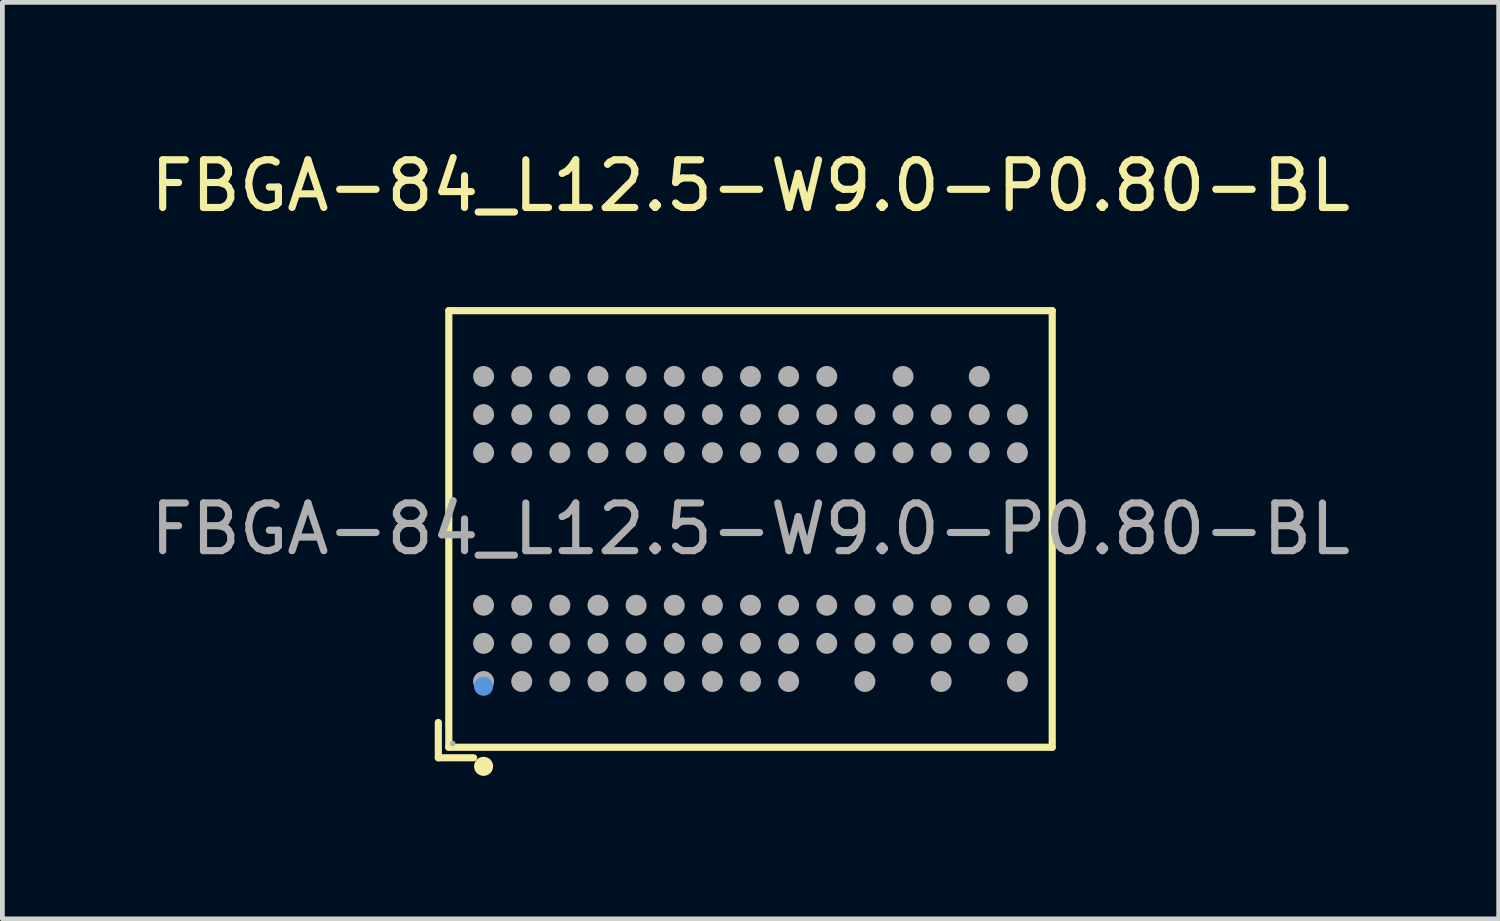
<source format=kicad_pcb>
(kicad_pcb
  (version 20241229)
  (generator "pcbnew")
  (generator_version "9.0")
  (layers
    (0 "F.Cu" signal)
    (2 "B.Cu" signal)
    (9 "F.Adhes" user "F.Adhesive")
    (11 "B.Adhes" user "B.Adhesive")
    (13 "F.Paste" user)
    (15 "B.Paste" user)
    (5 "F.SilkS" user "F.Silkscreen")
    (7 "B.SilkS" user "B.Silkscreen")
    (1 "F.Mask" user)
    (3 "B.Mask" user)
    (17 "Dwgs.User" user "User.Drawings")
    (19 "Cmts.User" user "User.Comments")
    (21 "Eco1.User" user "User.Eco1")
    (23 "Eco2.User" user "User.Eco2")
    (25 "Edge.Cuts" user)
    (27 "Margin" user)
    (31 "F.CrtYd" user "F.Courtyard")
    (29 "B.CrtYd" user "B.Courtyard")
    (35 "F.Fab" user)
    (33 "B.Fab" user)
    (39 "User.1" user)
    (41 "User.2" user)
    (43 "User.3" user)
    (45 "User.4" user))
  (footprint "FBGA-84_L12.5-W9.0-P0.80-BL"
    (layer "F.Cu")
    (at 12.696 8.048)
    (property "Reference" "FBGA-84_L12.5-W9.0-P0.80-BL" (at 0 -7.2 0) (layer "F.SilkS") (effects (font (size 1 1) (thickness 0.15))))
    (attr through_hole)
    (fp_line (start -6.55 4.06) (end -6.55 4.8) (stroke (width 0.15) (type solid)) (layer "F.SilkS"))
    (fp_line (start -6.55 4.8) (end -5.81 4.8) (stroke (width 0.15) (type solid)) (layer "F.SilkS"))
    (fp_line (start -6.33 -4.58) (end 6.33 -4.58) (stroke (width 0.15) (type solid)) (layer "F.SilkS"))
    (fp_line (start -6.33 4.58) (end -6.33 -4.58) (stroke (width 0.15) (type solid)) (layer "F.SilkS"))
    (fp_line (start 6.33 -4.58) (end 6.33 4.58) (stroke (width 0.15) (type solid)) (layer "F.SilkS"))
    (fp_line (start 6.33 4.58) (end -6.33 4.58) (stroke (width 0.15) (type solid)) (layer "F.SilkS"))
    (fp_circle (center -5.6 4.98) (end -5.5 4.98) (stroke (width 0.2) (type solid)) (fill no) (layer "F.SilkS"))
    (fp_circle (center -5.6 3.3) (end -5.5 3.3) (stroke (width 0.2) (type solid)) (fill no) (layer "Cmts.User"))
    (fp_circle (center -6.25 4.5) (end -6.22 4.5) (stroke (width 0.06) (type solid)) (fill no) (layer "F.Fab"))
    (fp_circle (center -5.6 -3.2) (end -5.49 -3.2) (stroke (width 0.22) (type solid)) (fill no) (layer "F.Fab"))
    (fp_circle (center -5.6 -2.4) (end -5.49 -2.4) (stroke (width 0.22) (type solid)) (fill no) (layer "F.Fab"))
    (fp_circle (center -5.6 -1.6) (end -5.49 -1.6) (stroke (width 0.22) (type solid)) (fill no) (layer "F.Fab"))
    (fp_circle (center -5.6 1.6) (end -5.49 1.6) (stroke (width 0.22) (type solid)) (fill no) (layer "F.Fab"))
    (fp_circle (center -5.6 2.4) (end -5.49 2.4) (stroke (width 0.22) (type solid)) (fill no) (layer "F.Fab"))
    (fp_circle (center -5.6 3.2) (end -5.49 3.2) (stroke (width 0.22) (type solid)) (fill no) (layer "F.Fab"))
    (fp_circle (center -4.8 -3.2) (end -4.69 -3.2) (stroke (width 0.22) (type solid)) (fill no) (layer "F.Fab"))
    (fp_circle (center -4.8 -2.4) (end -4.69 -2.4) (stroke (width 0.22) (type solid)) (fill no) (layer "F.Fab"))
    (fp_circle (center -4.8 -1.6) (end -4.69 -1.6) (stroke (width 0.22) (type solid)) (fill no) (layer "F.Fab"))
    (fp_circle (center -4.8 1.6) (end -4.69 1.6) (stroke (width 0.22) (type solid)) (fill no) (layer "F.Fab"))
    (fp_circle (center -4.8 2.4) (end -4.69 2.4) (stroke (width 0.22) (type solid)) (fill no) (layer "F.Fab"))
    (fp_circle (center -4.8 3.2) (end -4.69 3.2) (stroke (width 0.22) (type solid)) (fill no) (layer "F.Fab"))
    (fp_circle (center -4 -3.2) (end -3.89 -3.2) (stroke (width 0.22) (type solid)) (fill no) (layer "F.Fab"))
    (fp_circle (center -4 -2.4) (end -3.89 -2.4) (stroke (width 0.22) (type solid)) (fill no) (layer "F.Fab"))
    (fp_circle (center -4 -1.6) (end -3.89 -1.6) (stroke (width 0.22) (type solid)) (fill no) (layer "F.Fab"))
    (fp_circle (center -4 1.6) (end -3.89 1.6) (stroke (width 0.22) (type solid)) (fill no) (layer "F.Fab"))
    (fp_circle (center -4 2.4) (end -3.89 2.4) (stroke (width 0.22) (type solid)) (fill no) (layer "F.Fab"))
    (fp_circle (center -4 3.2) (end -3.89 3.2) (stroke (width 0.22) (type solid)) (fill no) (layer "F.Fab"))
    (fp_circle (center -3.2 -3.2) (end -3.09 -3.2) (stroke (width 0.22) (type solid)) (fill no) (layer "F.Fab"))
    (fp_circle (center -3.2 -2.4) (end -3.09 -2.4) (stroke (width 0.22) (type solid)) (fill no) (layer "F.Fab"))
    (fp_circle (center -3.2 -1.6) (end -3.09 -1.6) (stroke (width 0.22) (type solid)) (fill no) (layer "F.Fab"))
    (fp_circle (center -3.2 1.6) (end -3.09 1.6) (stroke (width 0.22) (type solid)) (fill no) (layer "F.Fab"))
    (fp_circle (center -3.2 2.4) (end -3.09 2.4) (stroke (width 0.22) (type solid)) (fill no) (layer "F.Fab"))
    (fp_circle (center -3.2 3.2) (end -3.09 3.2) (stroke (width 0.22) (type solid)) (fill no) (layer "F.Fab"))
    (fp_circle (center -2.4 -3.2) (end -2.29 -3.2) (stroke (width 0.22) (type solid)) (fill no) (layer "F.Fab"))
    (fp_circle (center -2.4 -2.4) (end -2.29 -2.4) (stroke (width 0.22) (type solid)) (fill no) (layer "F.Fab"))
    (fp_circle (center -2.4 -1.6) (end -2.29 -1.6) (stroke (width 0.22) (type solid)) (fill no) (layer "F.Fab"))
    (fp_circle (center -2.4 1.6) (end -2.29 1.6) (stroke (width 0.22) (type solid)) (fill no) (layer "F.Fab"))
    (fp_circle (center -2.4 2.4) (end -2.29 2.4) (stroke (width 0.22) (type solid)) (fill no) (layer "F.Fab"))
    (fp_circle (center -2.4 3.2) (end -2.29 3.2) (stroke (width 0.22) (type solid)) (fill no) (layer "F.Fab"))
    (fp_circle (center -1.6 -3.2) (end -1.49 -3.2) (stroke (width 0.22) (type solid)) (fill no) (layer "F.Fab"))
    (fp_circle (center -1.6 -2.4) (end -1.49 -2.4) (stroke (width 0.22) (type solid)) (fill no) (layer "F.Fab"))
    (fp_circle (center -1.6 -1.6) (end -1.49 -1.6) (stroke (width 0.22) (type solid)) (fill no) (layer "F.Fab"))
    (fp_circle (center -1.6 1.6) (end -1.49 1.6) (stroke (width 0.22) (type solid)) (fill no) (layer "F.Fab"))
    (fp_circle (center -1.6 2.4) (end -1.49 2.4) (stroke (width 0.22) (type solid)) (fill no) (layer "F.Fab"))
    (fp_circle (center -1.6 3.2) (end -1.49 3.2) (stroke (width 0.22) (type solid)) (fill no) (layer "F.Fab"))
    (fp_circle (center -0.8 -3.2) (end -0.69 -3.2) (stroke (width 0.22) (type solid)) (fill no) (layer "F.Fab"))
    (fp_circle (center -0.8 -2.4) (end -0.69 -2.4) (stroke (width 0.22) (type solid)) (fill no) (layer "F.Fab"))
    (fp_circle (center -0.8 -1.6) (end -0.69 -1.6) (stroke (width 0.22) (type solid)) (fill no) (layer "F.Fab"))
    (fp_circle (center -0.8 1.6) (end -0.69 1.6) (stroke (width 0.22) (type solid)) (fill no) (layer "F.Fab"))
    (fp_circle (center -0.8 2.4) (end -0.69 2.4) (stroke (width 0.22) (type solid)) (fill no) (layer "F.Fab"))
    (fp_circle (center -0.8 3.2) (end -0.69 3.2) (stroke (width 0.22) (type solid)) (fill no) (layer "F.Fab"))
    (fp_circle (center 0 -3.2) (end 0.11 -3.2) (stroke (width 0.22) (type solid)) (fill no) (layer "F.Fab"))
    (fp_circle (center 0 -2.4) (end 0.11 -2.4) (stroke (width 0.22) (type solid)) (fill no) (layer "F.Fab"))
    (fp_circle (center 0 -1.6) (end 0.11 -1.6) (stroke (width 0.22) (type solid)) (fill no) (layer "F.Fab"))
    (fp_circle (center 0 1.6) (end 0.11 1.6) (stroke (width 0.22) (type solid)) (fill no) (layer "F.Fab"))
    (fp_circle (center 0 2.4) (end 0.11 2.4) (stroke (width 0.22) (type solid)) (fill no) (layer "F.Fab"))
    (fp_circle (center 0 3.2) (end 0.11 3.2) (stroke (width 0.22) (type solid)) (fill no) (layer "F.Fab"))
    (fp_circle (center 0.8 -3.2) (end 0.91 -3.2) (stroke (width 0.22) (type solid)) (fill no) (layer "F.Fab"))
    (fp_circle (center 0.8 -2.4) (end 0.91 -2.4) (stroke (width 0.22) (type solid)) (fill no) (layer "F.Fab"))
    (fp_circle (center 0.8 -1.6) (end 0.91 -1.6) (stroke (width 0.22) (type solid)) (fill no) (layer "F.Fab"))
    (fp_circle (center 0.8 1.6) (end 0.91 1.6) (stroke (width 0.22) (type solid)) (fill no) (layer "F.Fab"))
    (fp_circle (center 0.8 2.4) (end 0.91 2.4) (stroke (width 0.22) (type solid)) (fill no) (layer "F.Fab"))
    (fp_circle (center 0.8 3.2) (end 0.91 3.2) (stroke (width 0.22) (type solid)) (fill no) (layer "F.Fab"))
    (fp_circle (center 1.6 -3.2) (end 1.71 -3.2) (stroke (width 0.22) (type solid)) (fill no) (layer "F.Fab"))
    (fp_circle (center 1.6 -2.4) (end 1.71 -2.4) (stroke (width 0.22) (type solid)) (fill no) (layer "F.Fab"))
    (fp_circle (center 1.6 -1.6) (end 1.71 -1.6) (stroke (width 0.22) (type solid)) (fill no) (layer "F.Fab"))
    (fp_circle (center 1.6 1.6) (end 1.71 1.6) (stroke (width 0.22) (type solid)) (fill no) (layer "F.Fab"))
    (fp_circle (center 1.6 2.4) (end 1.71 2.4) (stroke (width 0.22) (type solid)) (fill no) (layer "F.Fab"))
    (fp_circle (center 2.4 -2.4) (end 2.51 -2.4) (stroke (width 0.22) (type solid)) (fill no) (layer "F.Fab"))
    (fp_circle (center 2.4 -1.6) (end 2.51 -1.6) (stroke (width 0.22) (type solid)) (fill no) (layer "F.Fab"))
    (fp_circle (center 2.4 1.6) (end 2.51 1.6) (stroke (width 0.22) (type solid)) (fill no) (layer "F.Fab"))
    (fp_circle (center 2.4 2.4) (end 2.51 2.4) (stroke (width 0.22) (type solid)) (fill no) (layer "F.Fab"))
    (fp_circle (center 2.4 3.2) (end 2.51 3.2) (stroke (width 0.22) (type solid)) (fill no) (layer "F.Fab"))
    (fp_circle (center 3.2 -3.2) (end 3.31 -3.2) (stroke (width 0.22) (type solid)) (fill no) (layer "F.Fab"))
    (fp_circle (center 3.2 -2.4) (end 3.31 -2.4) (stroke (width 0.22) (type solid)) (fill no) (layer "F.Fab"))
    (fp_circle (center 3.2 -1.6) (end 3.31 -1.6) (stroke (width 0.22) (type solid)) (fill no) (layer "F.Fab"))
    (fp_circle (center 3.2 1.6) (end 3.31 1.6) (stroke (width 0.22) (type solid)) (fill no) (layer "F.Fab"))
    (fp_circle (center 3.2 2.4) (end 3.31 2.4) (stroke (width 0.22) (type solid)) (fill no) (layer "F.Fab"))
    (fp_circle (center 4 -2.4) (end 4.11 -2.4) (stroke (width 0.22) (type solid)) (fill no) (layer "F.Fab"))
    (fp_circle (center 4 -1.6) (end 4.11 -1.6) (stroke (width 0.22) (type solid)) (fill no) (layer "F.Fab"))
    (fp_circle (center 4 1.6) (end 4.11 1.6) (stroke (width 0.22) (type solid)) (fill no) (layer "F.Fab"))
    (fp_circle (center 4 2.4) (end 4.11 2.4) (stroke (width 0.22) (type solid)) (fill no) (layer "F.Fab"))
    (fp_circle (center 4 3.2) (end 4.11 3.2) (stroke (width 0.22) (type solid)) (fill no) (layer "F.Fab"))
    (fp_circle (center 4.8 -3.2) (end 4.91 -3.2) (stroke (width 0.22) (type solid)) (fill no) (layer "F.Fab"))
    (fp_circle (center 4.8 -2.4) (end 4.91 -2.4) (stroke (width 0.22) (type solid)) (fill no) (layer "F.Fab"))
    (fp_circle (center 4.8 -1.6) (end 4.91 -1.6) (stroke (width 0.22) (type solid)) (fill no) (layer "F.Fab"))
    (fp_circle (center 4.8 1.6) (end 4.91 1.6) (stroke (width 0.22) (type solid)) (fill no) (layer "F.Fab"))
    (fp_circle (center 4.8 2.4) (end 4.91 2.4) (stroke (width 0.22) (type solid)) (fill no) (layer "F.Fab"))
    (fp_circle (center 5.6 -2.4) (end 5.71 -2.4) (stroke (width 0.22) (type solid)) (fill no) (layer "F.Fab"))
    (fp_circle (center 5.6 -1.6) (end 5.71 -1.6) (stroke (width 0.22) (type solid)) (fill no) (layer "F.Fab"))
    (fp_circle (center 5.6 1.6) (end 5.71 1.6) (stroke (width 0.22) (type solid)) (fill no) (layer "F.Fab"))
    (fp_circle (center 5.6 2.4) (end 5.71 2.4) (stroke (width 0.22) (type solid)) (fill no) (layer "F.Fab"))
    (fp_circle (center 5.6 3.2) (end 5.71 3.2) (stroke (width 0.22) (type solid)) (fill no) (layer "F.Fab"))
    (fp_text user "${REFERENCE}" (at 0 0 0) (layer "F.Fab") (effects (font (size 1 1) (thickness 0.15))))
    (pad "A1" smd circle (at -5.6 3.2) (size 0.36 0.36) (layers "F.Cu" "F.Mask" "F.Paste"))
    (pad "A2" smd circle (at -5.6 2.4) (size 0.36 0.36) (layers "F.Cu" "F.Mask" "F.Paste"))
    (pad "A3" smd circle (at -5.6 1.6) (size 0.36 0.36) (layers "F.Cu" "F.Mask" "F.Paste"))
    (pad "A7" smd circle (at -5.6 -1.6) (size 0.36 0.36) (layers "F.Cu" "F.Mask" "F.Paste"))
    (pad "A8" smd circle (at -5.6 -2.4) (size 0.36 0.36) (layers "F.Cu" "F.Mask" "F.Paste"))
    (pad "A9" smd circle (at -5.6 -3.2) (size 0.36 0.36) (layers "F.Cu" "F.Mask" "F.Paste"))
    (pad "B1" smd circle (at -4.8 3.2) (size 0.36 0.36) (layers "F.Cu" "F.Mask" "F.Paste"))
    (pad "B2" smd circle (at -4.8 2.4) (size 0.36 0.36) (layers "F.Cu" "F.Mask" "F.Paste"))
    (pad "B3" smd circle (at -4.8 1.6) (size 0.36 0.36) (layers "F.Cu" "F.Mask" "F.Paste"))
    (pad "B7" smd circle (at -4.8 -1.6) (size 0.36 0.36) (layers "F.Cu" "F.Mask" "F.Paste"))
    (pad "B8" smd circle (at -4.8 -2.4) (size 0.36 0.36) (layers "F.Cu" "F.Mask" "F.Paste"))
    (pad "B9" smd circle (at -4.8 -3.2) (size 0.36 0.36) (layers "F.Cu" "F.Mask" "F.Paste"))
    (pad "C1" smd circle (at -4 3.2) (size 0.36 0.36) (layers "F.Cu" "F.Mask" "F.Paste"))
    (pad "C2" smd circle (at -4 2.4) (size 0.36 0.36) (layers "F.Cu" "F.Mask" "F.Paste"))
    (pad "C3" smd circle (at -4 1.6) (size 0.36 0.36) (layers "F.Cu" "F.Mask" "F.Paste"))
    (pad "C7" smd circle (at -4 -1.6) (size 0.36 0.36) (layers "F.Cu" "F.Mask" "F.Paste"))
    (pad "C8" smd circle (at -4 -2.4) (size 0.36 0.36) (layers "F.Cu" "F.Mask" "F.Paste"))
    (pad "C9" smd circle (at -4 -3.2) (size 0.36 0.36) (layers "F.Cu" "F.Mask" "F.Paste"))
    (pad "D1" smd circle (at -3.2 3.2) (size 0.36 0.36) (layers "F.Cu" "F.Mask" "F.Paste"))
    (pad "D2" smd circle (at -3.2 2.4) (size 0.36 0.36) (layers "F.Cu" "F.Mask" "F.Paste"))
    (pad "D3" smd circle (at -3.2 1.6) (size 0.36 0.36) (layers "F.Cu" "F.Mask" "F.Paste"))
    (pad "D7" smd circle (at -3.2 -1.6) (size 0.36 0.36) (layers "F.Cu" "F.Mask" "F.Paste"))
    (pad "D8" smd circle (at -3.2 -2.4) (size 0.36 0.36) (layers "F.Cu" "F.Mask" "F.Paste"))
    (pad "D9" smd circle (at -3.2 -3.2) (size 0.36 0.36) (layers "F.Cu" "F.Mask" "F.Paste"))
    (pad "E1" smd circle (at -2.4 3.2) (size 0.36 0.36) (layers "F.Cu" "F.Mask" "F.Paste"))
    (pad "E2" smd circle (at -2.4 2.4) (size 0.36 0.36) (layers "F.Cu" "F.Mask" "F.Paste"))
    (pad "E3" smd circle (at -2.4 1.6) (size 0.36 0.36) (layers "F.Cu" "F.Mask" "F.Paste"))
    (pad "E7" smd circle (at -2.4 -1.6) (size 0.36 0.36) (layers "F.Cu" "F.Mask" "F.Paste"))
    (pad "E8" smd circle (at -2.4 -2.4) (size 0.36 0.36) (layers "F.Cu" "F.Mask" "F.Paste"))
    (pad "E9" smd circle (at -2.4 -3.2) (size 0.36 0.36) (layers "F.Cu" "F.Mask" "F.Paste"))
    (pad "F1" smd circle (at -1.6 3.2) (size 0.36 0.36) (layers "F.Cu" "F.Mask" "F.Paste"))
    (pad "F2" smd circle (at -1.6 2.4) (size 0.36 0.36) (layers "F.Cu" "F.Mask" "F.Paste"))
    (pad "F3" smd circle (at -1.6 1.6) (size 0.36 0.36) (layers "F.Cu" "F.Mask" "F.Paste"))
    (pad "F7" smd circle (at -1.6 -1.6) (size 0.36 0.36) (layers "F.Cu" "F.Mask" "F.Paste"))
    (pad "F8" smd circle (at -1.6 -2.4) (size 0.36 0.36) (layers "F.Cu" "F.Mask" "F.Paste"))
    (pad "F9" smd circle (at -1.6 -3.2) (size 0.36 0.36) (layers "F.Cu" "F.Mask" "F.Paste"))
    (pad "G1" smd circle (at -0.8 3.2) (size 0.36 0.36) (layers "F.Cu" "F.Mask" "F.Paste"))
    (pad "G2" smd circle (at -0.8 2.4) (size 0.36 0.36) (layers "F.Cu" "F.Mask" "F.Paste"))
    (pad "G3" smd circle (at -0.8 1.6) (size 0.36 0.36) (layers "F.Cu" "F.Mask" "F.Paste"))
    (pad "G7" smd circle (at -0.8 -1.6) (size 0.36 0.36) (layers "F.Cu" "F.Mask" "F.Paste"))
    (pad "G8" smd circle (at -0.8 -2.4) (size 0.36 0.36) (layers "F.Cu" "F.Mask" "F.Paste"))
    (pad "G9" smd circle (at -0.8 -3.2) (size 0.36 0.36) (layers "F.Cu" "F.Mask" "F.Paste"))
    (pad "H1" smd circle (at 0 3.2) (size 0.36 0.36) (layers "F.Cu" "F.Mask" "F.Paste"))
    (pad "H2" smd circle (at 0 2.4) (size 0.36 0.36) (layers "F.Cu" "F.Mask" "F.Paste"))
    (pad "H3" smd circle (at 0 1.6) (size 0.36 0.36) (layers "F.Cu" "F.Mask" "F.Paste"))
    (pad "H7" smd circle (at 0 -1.6) (size 0.36 0.36) (layers "F.Cu" "F.Mask" "F.Paste"))
    (pad "H8" smd circle (at 0 -2.4) (size 0.36 0.36) (layers "F.Cu" "F.Mask" "F.Paste"))
    (pad "H9" smd circle (at 0 -3.2) (size 0.36 0.36) (layers "F.Cu" "F.Mask" "F.Paste"))
    (pad "J1" smd circle (at 0.8 3.2) (size 0.36 0.36) (layers "F.Cu" "F.Mask" "F.Paste"))
    (pad "J2" smd circle (at 0.8 2.4) (size 0.36 0.36) (layers "F.Cu" "F.Mask" "F.Paste"))
    (pad "J3" smd circle (at 0.8 1.6) (size 0.36 0.36) (layers "F.Cu" "F.Mask" "F.Paste"))
    (pad "J7" smd circle (at 0.8 -1.6) (size 0.36 0.36) (layers "F.Cu" "F.Mask" "F.Paste"))
    (pad "J8" smd circle (at 0.8 -2.4) (size 0.36 0.36) (layers "F.Cu" "F.Mask" "F.Paste"))
    (pad "J9" smd circle (at 0.8 -3.2) (size 0.36 0.36) (layers "F.Cu" "F.Mask" "F.Paste"))
    (pad "K2" smd circle (at 1.6 2.4) (size 0.36 0.36) (layers "F.Cu" "F.Mask" "F.Paste"))
    (pad "K3" smd circle (at 1.6 1.6) (size 0.36 0.36) (layers "F.Cu" "F.Mask" "F.Paste"))
    (pad "K7" smd circle (at 1.6 -1.6) (size 0.36 0.36) (layers "F.Cu" "F.Mask" "F.Paste"))
    (pad "K8" smd circle (at 1.6 -2.4) (size 0.36 0.36) (layers "F.Cu" "F.Mask" "F.Paste"))
    (pad "K9" smd circle (at 1.6 -3.2) (size 0.36 0.36) (layers "F.Cu" "F.Mask" "F.Paste"))
    (pad "L1" smd circle (at 2.4 3.2) (size 0.36 0.36) (layers "F.Cu" "F.Mask" "F.Paste"))
    (pad "L2" smd circle (at 2.4 2.4) (size 0.36 0.36) (layers "F.Cu" "F.Mask" "F.Paste"))
    (pad "L3" smd circle (at 2.4 1.6) (size 0.36 0.36) (layers "F.Cu" "F.Mask" "F.Paste"))
    (pad "L7" smd circle (at 2.4 -1.6) (size 0.36 0.36) (layers "F.Cu" "F.Mask" "F.Paste"))
    (pad "L8" smd circle (at 2.4 -2.4) (size 0.36 0.36) (layers "F.Cu" "F.Mask" "F.Paste"))
    (pad "M2" smd circle (at 3.2 2.4) (size 0.36 0.36) (layers "F.Cu" "F.Mask" "F.Paste"))
    (pad "M3" smd circle (at 3.2 1.6) (size 0.36 0.36) (layers "F.Cu" "F.Mask" "F.Paste"))
    (pad "M7" smd circle (at 3.2 -1.6) (size 0.36 0.36) (layers "F.Cu" "F.Mask" "F.Paste"))
    (pad "M8" smd circle (at 3.2 -2.4) (size 0.36 0.36) (layers "F.Cu" "F.Mask" "F.Paste"))
    (pad "M9" smd circle (at 3.2 -3.2) (size 0.36 0.36) (layers "F.Cu" "F.Mask" "F.Paste"))
    (pad "N1" smd circle (at 4 3.2) (size 0.36 0.36) (layers "F.Cu" "F.Mask" "F.Paste"))
    (pad "N2" smd circle (at 4 2.4) (size 0.36 0.36) (layers "F.Cu" "F.Mask" "F.Paste"))
    (pad "N3" smd circle (at 4 1.6) (size 0.36 0.36) (layers "F.Cu" "F.Mask" "F.Paste"))
    (pad "N7" smd circle (at 4 -1.6) (size 0.36 0.36) (layers "F.Cu" "F.Mask" "F.Paste"))
    (pad "N8" smd circle (at 4 -2.4) (size 0.36 0.36) (layers "F.Cu" "F.Mask" "F.Paste"))
    (pad "P2" smd circle (at 4.8 2.4) (size 0.36 0.36) (layers "F.Cu" "F.Mask" "F.Paste"))
    (pad "P3" smd circle (at 4.8 1.6) (size 0.36 0.36) (layers "F.Cu" "F.Mask" "F.Paste"))
    (pad "P7" smd circle (at 4.8 -1.6) (size 0.36 0.36) (layers "F.Cu" "F.Mask" "F.Paste"))
    (pad "P8" smd circle (at 4.8 -2.4) (size 0.36 0.36) (layers "F.Cu" "F.Mask" "F.Paste"))
    (pad "P9" smd circle (at 4.8 -3.2) (size 0.36 0.36) (layers "F.Cu" "F.Mask" "F.Paste"))
    (pad "R1" smd circle (at 5.6 3.2) (size 0.36 0.36) (layers "F.Cu" "F.Mask" "F.Paste"))
    (pad "R2" smd circle (at 5.6 2.4) (size 0.36 0.36) (layers "F.Cu" "F.Mask" "F.Paste"))
    (pad "R3" smd circle (at 5.6 1.6) (size 0.36 0.36) (layers "F.Cu" "F.Mask" "F.Paste"))
    (pad "R7" smd circle (at 5.6 -1.6) (size 0.36 0.36) (layers "F.Cu" "F.Mask" "F.Paste"))
    (pad "R8" smd circle (at 5.6 -2.4) (size 0.36 0.36) (layers "F.Cu" "F.Mask" "F.Paste")))
  (gr_rect
    (start -3 -3)
    (end 28.393 16.228)
    (stroke (width 0.1) (type default))
    (fill no)
    (layer "Edge.Cuts")))
</source>
